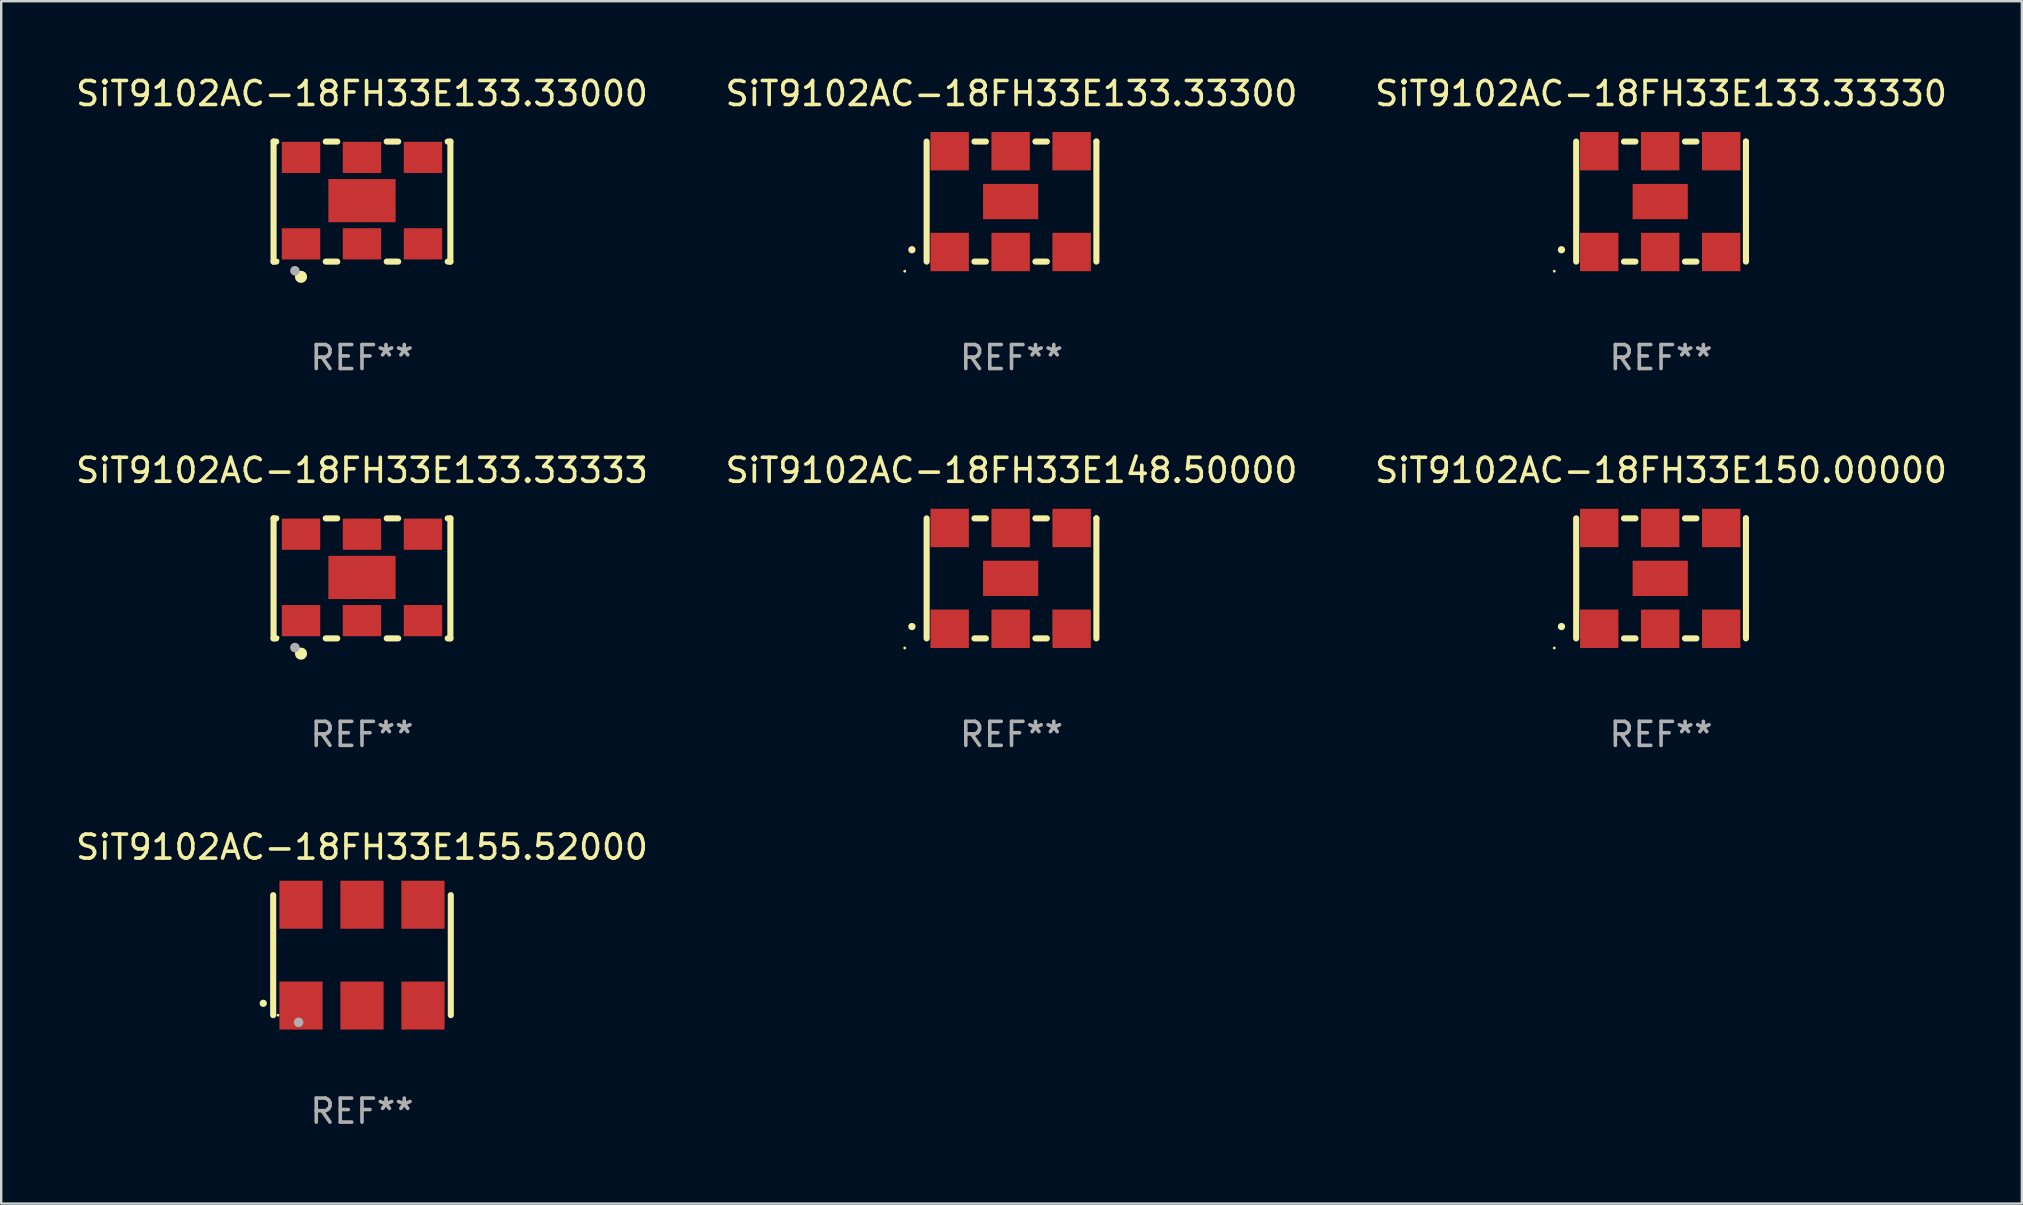
<source format=kicad_pcb>
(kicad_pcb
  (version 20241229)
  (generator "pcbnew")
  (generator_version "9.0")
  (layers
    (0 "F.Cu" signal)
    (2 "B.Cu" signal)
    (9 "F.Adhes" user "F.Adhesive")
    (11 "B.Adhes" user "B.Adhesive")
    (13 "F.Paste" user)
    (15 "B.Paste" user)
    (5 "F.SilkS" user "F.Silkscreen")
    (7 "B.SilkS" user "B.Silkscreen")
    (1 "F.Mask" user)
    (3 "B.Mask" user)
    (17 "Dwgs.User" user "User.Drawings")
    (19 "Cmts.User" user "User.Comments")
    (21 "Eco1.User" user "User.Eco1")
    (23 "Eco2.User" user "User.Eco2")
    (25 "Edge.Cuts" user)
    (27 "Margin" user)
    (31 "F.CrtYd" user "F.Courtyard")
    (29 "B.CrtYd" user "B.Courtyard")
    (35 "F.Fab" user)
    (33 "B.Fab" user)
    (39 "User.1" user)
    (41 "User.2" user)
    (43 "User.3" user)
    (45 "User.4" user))
  (footprint "SiT9102AC-18FH33E133.33300"
    (layer "F.Cu")
    (at 39.089 5.348)
    (property "Reference" "SiT9102AC-18FH33E133.33300" (at 0 -4.5 0) (layer "F.SilkS") (effects (font (size 1 1) (thickness 0.15))))
    (attr through_hole)
    (fp_line (start -3.536 -2.5) (end -3.536 2.5) (stroke (width 0.254) (type solid)) (layer "F.SilkS"))
    (fp_line (start -1.544 2.5) (end -1.067 2.5) (stroke (width 0.254) (type solid)) (layer "F.SilkS"))
    (fp_line (start -1.067 -2.5) (end -1.544 -2.5) (stroke (width 0.254) (type solid)) (layer "F.SilkS"))
    (fp_line (start 0.996 2.5) (end 1.473 2.5) (stroke (width 0.254) (type solid)) (layer "F.SilkS"))
    (fp_line (start 1.473 -2.5) (end 0.996 -2.5) (stroke (width 0.254) (type solid)) (layer "F.SilkS"))
    (fp_line (start 3.536 -2.5) (end 3.536 -2.5) (stroke (width 0.254) (type solid)) (layer "F.SilkS"))
    (fp_line (start 3.536 2.5) (end 3.536 -2.5) (stroke (width 0.254) (type solid)) (layer "F.SilkS"))
    (fp_arc (start -4.150432 2.006604) (mid -4.149162 2.006599) (end -4.147892 2.006604) (stroke (width 0.3) (type solid)) (layer "F.SilkS"))
    (fp_circle (center -4.449 2.9) (end -4.419 2.9) (stroke (width 0.06) (type solid)) (fill no) (layer "F.SilkS"))
    (fp_text user "REF**" (at 0 6.5 0) (layer "F.Fab") (effects (font (size 1 1) (thickness 0.15))))
    (pad "1" smd rect (at -2.576 2.1) (size 1.6 1.6) (layers "F.Cu" "F.Mask" "F.Paste"))
    (pad "2" smd rect (at -0.036 2.1) (size 1.6 1.6) (layers "F.Cu" "F.Mask" "F.Paste"))
    (pad "3" smd rect (at 2.504 2.1) (size 1.6 1.6) (layers "F.Cu" "F.Mask" "F.Paste"))
    (pad "4" smd rect (at 2.504 -2.1) (size 1.6 1.6) (layers "F.Cu" "F.Mask" "F.Paste"))
    (pad "5" smd rect (at -0.036 -2.1) (size 1.6 1.6) (layers "F.Cu" "F.Mask" "F.Paste"))
    (pad "6" smd rect (at -2.576 -2.1) (size 1.6 1.6) (layers "F.Cu" "F.Mask" "F.Paste"))
    (pad "7" smd rect (at -0.036 0) (size 2.3 1.47) (layers "F.Cu" "F.Mask" "F.Paste")))
  (footprint "SiT9102AC-18FH33E148.50000"
    (layer "F.Cu")
    (at 39.089 21.045)
    (property "Reference" "SiT9102AC-18FH33E148.50000" (at 0 -4.5 0) (layer "F.SilkS") (effects (font (size 1 1) (thickness 0.15))))
    (attr through_hole)
    (fp_line (start -3.536 -2.5) (end -3.536 2.5) (stroke (width 0.254) (type solid)) (layer "F.SilkS"))
    (fp_line (start -1.544 2.5) (end -1.067 2.5) (stroke (width 0.254) (type solid)) (layer "F.SilkS"))
    (fp_line (start -1.067 -2.5) (end -1.544 -2.5) (stroke (width 0.254) (type solid)) (layer "F.SilkS"))
    (fp_line (start 0.996 2.5) (end 1.473 2.5) (stroke (width 0.254) (type solid)) (layer "F.SilkS"))
    (fp_line (start 1.473 -2.5) (end 0.996 -2.5) (stroke (width 0.254) (type solid)) (layer "F.SilkS"))
    (fp_line (start 3.536 -2.5) (end 3.536 -2.5) (stroke (width 0.254) (type solid)) (layer "F.SilkS"))
    (fp_line (start 3.536 2.5) (end 3.536 -2.5) (stroke (width 0.254) (type solid)) (layer "F.SilkS"))
    (fp_arc (start -4.150432 2.006604) (mid -4.149162 2.006599) (end -4.147892 2.006604) (stroke (width 0.3) (type solid)) (layer "F.SilkS"))
    (fp_circle (center -4.449 2.9) (end -4.419 2.9) (stroke (width 0.06) (type solid)) (fill no) (layer "F.SilkS"))
    (fp_text user "REF**" (at 0 6.5 0) (layer "F.Fab") (effects (font (size 1 1) (thickness 0.15))))
    (pad "1" smd rect (at -2.576 2.1) (size 1.6 1.6) (layers "F.Cu" "F.Mask" "F.Paste"))
    (pad "2" smd rect (at -0.036 2.1) (size 1.6 1.6) (layers "F.Cu" "F.Mask" "F.Paste"))
    (pad "3" smd rect (at 2.504 2.1) (size 1.6 1.6) (layers "F.Cu" "F.Mask" "F.Paste"))
    (pad "4" smd rect (at 2.504 -2.1) (size 1.6 1.6) (layers "F.Cu" "F.Mask" "F.Paste"))
    (pad "5" smd rect (at -0.036 -2.1) (size 1.6 1.6) (layers "F.Cu" "F.Mask" "F.Paste"))
    (pad "6" smd rect (at -2.576 -2.1) (size 1.6 1.6) (layers "F.Cu" "F.Mask" "F.Paste"))
    (pad "7" smd rect (at -0.036 0) (size 2.3 1.47) (layers "F.Cu" "F.Mask" "F.Paste")))
  (footprint "SiT9102AC-18FH33E133.33333"
    (layer "F.Cu")
    (at 12.03 21.045)
    (property "Reference" "SiT9102AC-18FH33E133.33333" (at 0 -4.5 0) (layer "F.SilkS") (effects (font (size 1 1) (thickness 0.15))))
    (attr through_hole)
    (fp_line (start -3.683 -2.5) (end -3.571 -2.5) (stroke (width 0.254) (type solid)) (layer "F.SilkS"))
    (fp_line (start -3.683 2.5) (end -3.683 -2.5) (stroke (width 0.254) (type solid)) (layer "F.SilkS"))
    (fp_line (start -3.683 2.5) (end -3.571 2.5) (stroke (width 0.254) (type solid)) (layer "F.SilkS"))
    (fp_line (start -1.509 -2.5) (end -1.031 -2.5) (stroke (width 0.254) (type solid)) (layer "F.SilkS"))
    (fp_line (start -1.509 2.5) (end -1.031 2.5) (stroke (width 0.254) (type solid)) (layer "F.SilkS"))
    (fp_line (start 1.031 -2.5) (end 1.509 -2.5) (stroke (width 0.254) (type solid)) (layer "F.SilkS"))
    (fp_line (start 1.031 2.5) (end 1.509 2.5) (stroke (width 0.254) (type solid)) (layer "F.SilkS"))
    (fp_line (start 3.571 -2.5) (end 3.683 -2.5) (stroke (width 0.254) (type solid)) (layer "F.SilkS"))
    (fp_line (start 3.571 2.5) (end 3.683 2.5) (stroke (width 0.254) (type solid)) (layer "F.SilkS"))
    (fp_line (start 3.683 2.5) (end 3.683 -2.5) (stroke (width 0.254) (type solid)) (layer "F.SilkS"))
    (fp_circle (center -3.5 2.46) (end -3.47 2.46) (stroke (width 0.06) (type solid)) (fill no) (layer "F.SilkS"))
    (fp_circle (center -2.54 3.135) (end -2.413 3.135) (stroke (width 0.254) (type solid)) (fill no) (layer "F.SilkS"))
    (fp_circle (center -2.794 2.881) (end -2.694 2.881) (stroke (width 0.2) (type solid)) (fill no) (layer "F.Fab"))
    (fp_text user "REF**" (at 0 6.5 0) (layer "F.Fab") (effects (font (size 1 1) (thickness 0.15))))
    (pad "1" smd rect (at -2.54 1.76) (size 1.6 1.3) (layers "F.Cu" "F.Mask" "F.Paste"))
    (pad "2" smd rect (at 0 1.76) (size 1.6 1.3) (layers "F.Cu" "F.Mask" "F.Paste"))
    (pad "3" smd rect (at 2.54 1.76) (size 1.6 1.3) (layers "F.Cu" "F.Mask" "F.Paste"))
    (pad "4" smd rect (at 2.54 -1.84) (size 1.6 1.3) (layers "F.Cu" "F.Mask" "F.Paste"))
    (pad "5" smd rect (at 0 -1.84) (size 1.6 1.3) (layers "F.Cu" "F.Mask" "F.Paste"))
    (pad "6" smd rect (at -2.54 -1.84) (size 1.6 1.3) (layers "F.Cu" "F.Mask" "F.Paste"))
    (pad "7" smd rect (at 0 -0.04) (size 2.8 1.8) (layers "F.Cu" "F.Mask" "F.Paste")))
  (footprint "SiT9102AC-18FH33E133.33000"
    (layer "F.Cu")
    (at 12.03 5.348)
    (property "Reference" "SiT9102AC-18FH33E133.33000" (at 0 -4.5 0) (layer "F.SilkS") (effects (font (size 1 1) (thickness 0.15))))
    (attr through_hole)
    (fp_line (start -3.683 -2.5) (end -3.571 -2.5) (stroke (width 0.254) (type solid)) (layer "F.SilkS"))
    (fp_line (start -3.683 2.5) (end -3.683 -2.5) (stroke (width 0.254) (type solid)) (layer "F.SilkS"))
    (fp_line (start -3.683 2.5) (end -3.571 2.5) (stroke (width 0.254) (type solid)) (layer "F.SilkS"))
    (fp_line (start -1.509 -2.5) (end -1.031 -2.5) (stroke (width 0.254) (type solid)) (layer "F.SilkS"))
    (fp_line (start -1.509 2.5) (end -1.031 2.5) (stroke (width 0.254) (type solid)) (layer "F.SilkS"))
    (fp_line (start 1.031 -2.5) (end 1.509 -2.5) (stroke (width 0.254) (type solid)) (layer "F.SilkS"))
    (fp_line (start 1.031 2.5) (end 1.509 2.5) (stroke (width 0.254) (type solid)) (layer "F.SilkS"))
    (fp_line (start 3.571 -2.5) (end 3.683 -2.5) (stroke (width 0.254) (type solid)) (layer "F.SilkS"))
    (fp_line (start 3.571 2.5) (end 3.683 2.5) (stroke (width 0.254) (type solid)) (layer "F.SilkS"))
    (fp_line (start 3.683 2.5) (end 3.683 -2.5) (stroke (width 0.254) (type solid)) (layer "F.SilkS"))
    (fp_circle (center -3.5 2.46) (end -3.47 2.46) (stroke (width 0.06) (type solid)) (fill no) (layer "F.SilkS"))
    (fp_circle (center -2.54 3.135) (end -2.413 3.135) (stroke (width 0.254) (type solid)) (fill no) (layer "F.SilkS"))
    (fp_circle (center -2.794 2.881) (end -2.694 2.881) (stroke (width 0.2) (type solid)) (fill no) (layer "F.Fab"))
    (fp_text user "REF**" (at 0 6.5 0) (layer "F.Fab") (effects (font (size 1 1) (thickness 0.15))))
    (pad "1" smd rect (at -2.54 1.76) (size 1.6 1.3) (layers "F.Cu" "F.Mask" "F.Paste"))
    (pad "2" smd rect (at 0 1.76) (size 1.6 1.3) (layers "F.Cu" "F.Mask" "F.Paste"))
    (pad "3" smd rect (at 2.54 1.76) (size 1.6 1.3) (layers "F.Cu" "F.Mask" "F.Paste"))
    (pad "4" smd rect (at 2.54 -1.84) (size 1.6 1.3) (layers "F.Cu" "F.Mask" "F.Paste"))
    (pad "5" smd rect (at 0 -1.84) (size 1.6 1.3) (layers "F.Cu" "F.Mask" "F.Paste"))
    (pad "6" smd rect (at -2.54 -1.84) (size 1.6 1.3) (layers "F.Cu" "F.Mask" "F.Paste"))
    (pad "7" smd rect (at 0 -0.04) (size 2.8 1.8) (layers "F.Cu" "F.Mask" "F.Paste")))
  (footprint "SiT9102AC-18FH33E155.52000"
    (layer "F.Cu")
    (at 12.03 36.741)
    (property "Reference" "SiT9102AC-18FH33E155.52000" (at 0 -4.5 0) (layer "F.SilkS") (effects (font (size 1 1) (thickness 0.15))))
    (attr through_hole)
    (fp_line (start -3.7 -2.5) (end -3.7 2.5) (stroke (width 0.254) (type solid)) (layer "F.SilkS"))
    (fp_line (start 3.7 -2.5) (end 3.7 2.5) (stroke (width 0.254) (type solid)) (layer "F.SilkS"))
    (fp_arc (start -4.114415 2.006604) (mid -4.113145 2.006599) (end -4.111875 2.006604) (stroke (width 0.3) (type solid)) (layer "F.SilkS"))
    (fp_circle (center -3.5 2.501) (end -3.47 2.501) (stroke (width 0.06) (type solid)) (fill no) (layer "F.SilkS"))
    (fp_circle (center -2.641 2.799) (end -2.541 2.799) (stroke (width 0.2) (type solid)) (fill no) (layer "F.Fab"))
    (fp_text user "REF**" (at 0 6.5 0) (layer "F.Fab") (effects (font (size 1 1) (thickness 0.15))))
    (pad "1" smd rect (at -2.54 2.1) (size 1.8 2) (layers "F.Cu" "F.Mask" "F.Paste"))
    (pad "2" smd rect (at 0.000394 2.1) (size 1.8 2) (layers "F.Cu" "F.Mask" "F.Paste"))
    (pad "3" smd rect (at 2.54 2.1) (size 1.8 2) (layers "F.Cu" "F.Mask" "F.Paste"))
    (pad "4" smd rect (at 2.54 -2.1) (size 1.8 2) (layers "F.Cu" "F.Mask" "F.Paste"))
    (pad "5" smd rect (at 0.000394 -2.1) (size 1.8 2) (layers "F.Cu" "F.Mask" "F.Paste"))
    (pad "6" smd rect (at -2.54 -2.1) (size 1.8 2) (layers "F.Cu" "F.Mask" "F.Paste")))
  (footprint "SiT9102AC-18FH33E150.00000"
    (layer "F.Cu")
    (at 66.149 21.045)
    (property "Reference" "SiT9102AC-18FH33E150.00000" (at 0 -4.5 0) (layer "F.SilkS") (effects (font (size 1 1) (thickness 0.15))))
    (attr through_hole)
    (fp_line (start -3.536 -2.5) (end -3.536 2.5) (stroke (width 0.254) (type solid)) (layer "F.SilkS"))
    (fp_line (start -1.544 2.5) (end -1.067 2.5) (stroke (width 0.254) (type solid)) (layer "F.SilkS"))
    (fp_line (start -1.067 -2.5) (end -1.544 -2.5) (stroke (width 0.254) (type solid)) (layer "F.SilkS"))
    (fp_line (start 0.996 2.5) (end 1.473 2.5) (stroke (width 0.254) (type solid)) (layer "F.SilkS"))
    (fp_line (start 1.473 -2.5) (end 0.996 -2.5) (stroke (width 0.254) (type solid)) (layer "F.SilkS"))
    (fp_line (start 3.536 -2.5) (end 3.536 -2.5) (stroke (width 0.254) (type solid)) (layer "F.SilkS"))
    (fp_line (start 3.536 2.5) (end 3.536 -2.5) (stroke (width 0.254) (type solid)) (layer "F.SilkS"))
    (fp_arc (start -4.150432 2.006604) (mid -4.149162 2.006599) (end -4.147892 2.006604) (stroke (width 0.3) (type solid)) (layer "F.SilkS"))
    (fp_circle (center -4.449 2.9) (end -4.419 2.9) (stroke (width 0.06) (type solid)) (fill no) (layer "F.SilkS"))
    (fp_text user "REF**" (at 0 6.5 0) (layer "F.Fab") (effects (font (size 1 1) (thickness 0.15))))
    (pad "1" smd rect (at -2.576 2.1) (size 1.6 1.6) (layers "F.Cu" "F.Mask" "F.Paste"))
    (pad "2" smd rect (at -0.036 2.1) (size 1.6 1.6) (layers "F.Cu" "F.Mask" "F.Paste"))
    (pad "3" smd rect (at 2.504 2.1) (size 1.6 1.6) (layers "F.Cu" "F.Mask" "F.Paste"))
    (pad "4" smd rect (at 2.504 -2.1) (size 1.6 1.6) (layers "F.Cu" "F.Mask" "F.Paste"))
    (pad "5" smd rect (at -0.036 -2.1) (size 1.6 1.6) (layers "F.Cu" "F.Mask" "F.Paste"))
    (pad "6" smd rect (at -2.576 -2.1) (size 1.6 1.6) (layers "F.Cu" "F.Mask" "F.Paste"))
    (pad "7" smd rect (at -0.036 0) (size 2.3 1.47) (layers "F.Cu" "F.Mask" "F.Paste")))
  (footprint "SiT9102AC-18FH33E133.33330"
    (layer "F.Cu")
    (at 66.149 5.348)
    (property "Reference" "SiT9102AC-18FH33E133.33330" (at 0 -4.5 0) (layer "F.SilkS") (effects (font (size 1 1) (thickness 0.15))))
    (attr through_hole)
    (fp_line (start -3.536 -2.5) (end -3.536 2.5) (stroke (width 0.254) (type solid)) (layer "F.SilkS"))
    (fp_line (start -1.544 2.5) (end -1.067 2.5) (stroke (width 0.254) (type solid)) (layer "F.SilkS"))
    (fp_line (start -1.067 -2.5) (end -1.544 -2.5) (stroke (width 0.254) (type solid)) (layer "F.SilkS"))
    (fp_line (start 0.996 2.5) (end 1.473 2.5) (stroke (width 0.254) (type solid)) (layer "F.SilkS"))
    (fp_line (start 1.473 -2.5) (end 0.996 -2.5) (stroke (width 0.254) (type solid)) (layer "F.SilkS"))
    (fp_line (start 3.536 -2.5) (end 3.536 -2.5) (stroke (width 0.254) (type solid)) (layer "F.SilkS"))
    (fp_line (start 3.536 2.5) (end 3.536 -2.5) (stroke (width 0.254) (type solid)) (layer "F.SilkS"))
    (fp_arc (start -4.150432 2.006604) (mid -4.149162 2.006599) (end -4.147892 2.006604) (stroke (width 0.3) (type solid)) (layer "F.SilkS"))
    (fp_circle (center -4.449 2.9) (end -4.419 2.9) (stroke (width 0.06) (type solid)) (fill no) (layer "F.SilkS"))
    (fp_text user "REF**" (at 0 6.5 0) (layer "F.Fab") (effects (font (size 1 1) (thickness 0.15))))
    (pad "1" smd rect (at -2.576 2.1) (size 1.6 1.6) (layers "F.Cu" "F.Mask" "F.Paste"))
    (pad "2" smd rect (at -0.036 2.1) (size 1.6 1.6) (layers "F.Cu" "F.Mask" "F.Paste"))
    (pad "3" smd rect (at 2.504 2.1) (size 1.6 1.6) (layers "F.Cu" "F.Mask" "F.Paste"))
    (pad "4" smd rect (at 2.504 -2.1) (size 1.6 1.6) (layers "F.Cu" "F.Mask" "F.Paste"))
    (pad "5" smd rect (at -0.036 -2.1) (size 1.6 1.6) (layers "F.Cu" "F.Mask" "F.Paste"))
    (pad "6" smd rect (at -2.576 -2.1) (size 1.6 1.6) (layers "F.Cu" "F.Mask" "F.Paste"))
    (pad "7" smd rect (at -0.036 0) (size 2.3 1.47) (layers "F.Cu" "F.Mask" "F.Paste")))
  (gr_rect
    (start -3 -3)
    (end 81.179 47.09)
    (stroke (width 0.1) (type default))
    (fill no)
    (layer "Edge.Cuts")))
</source>
